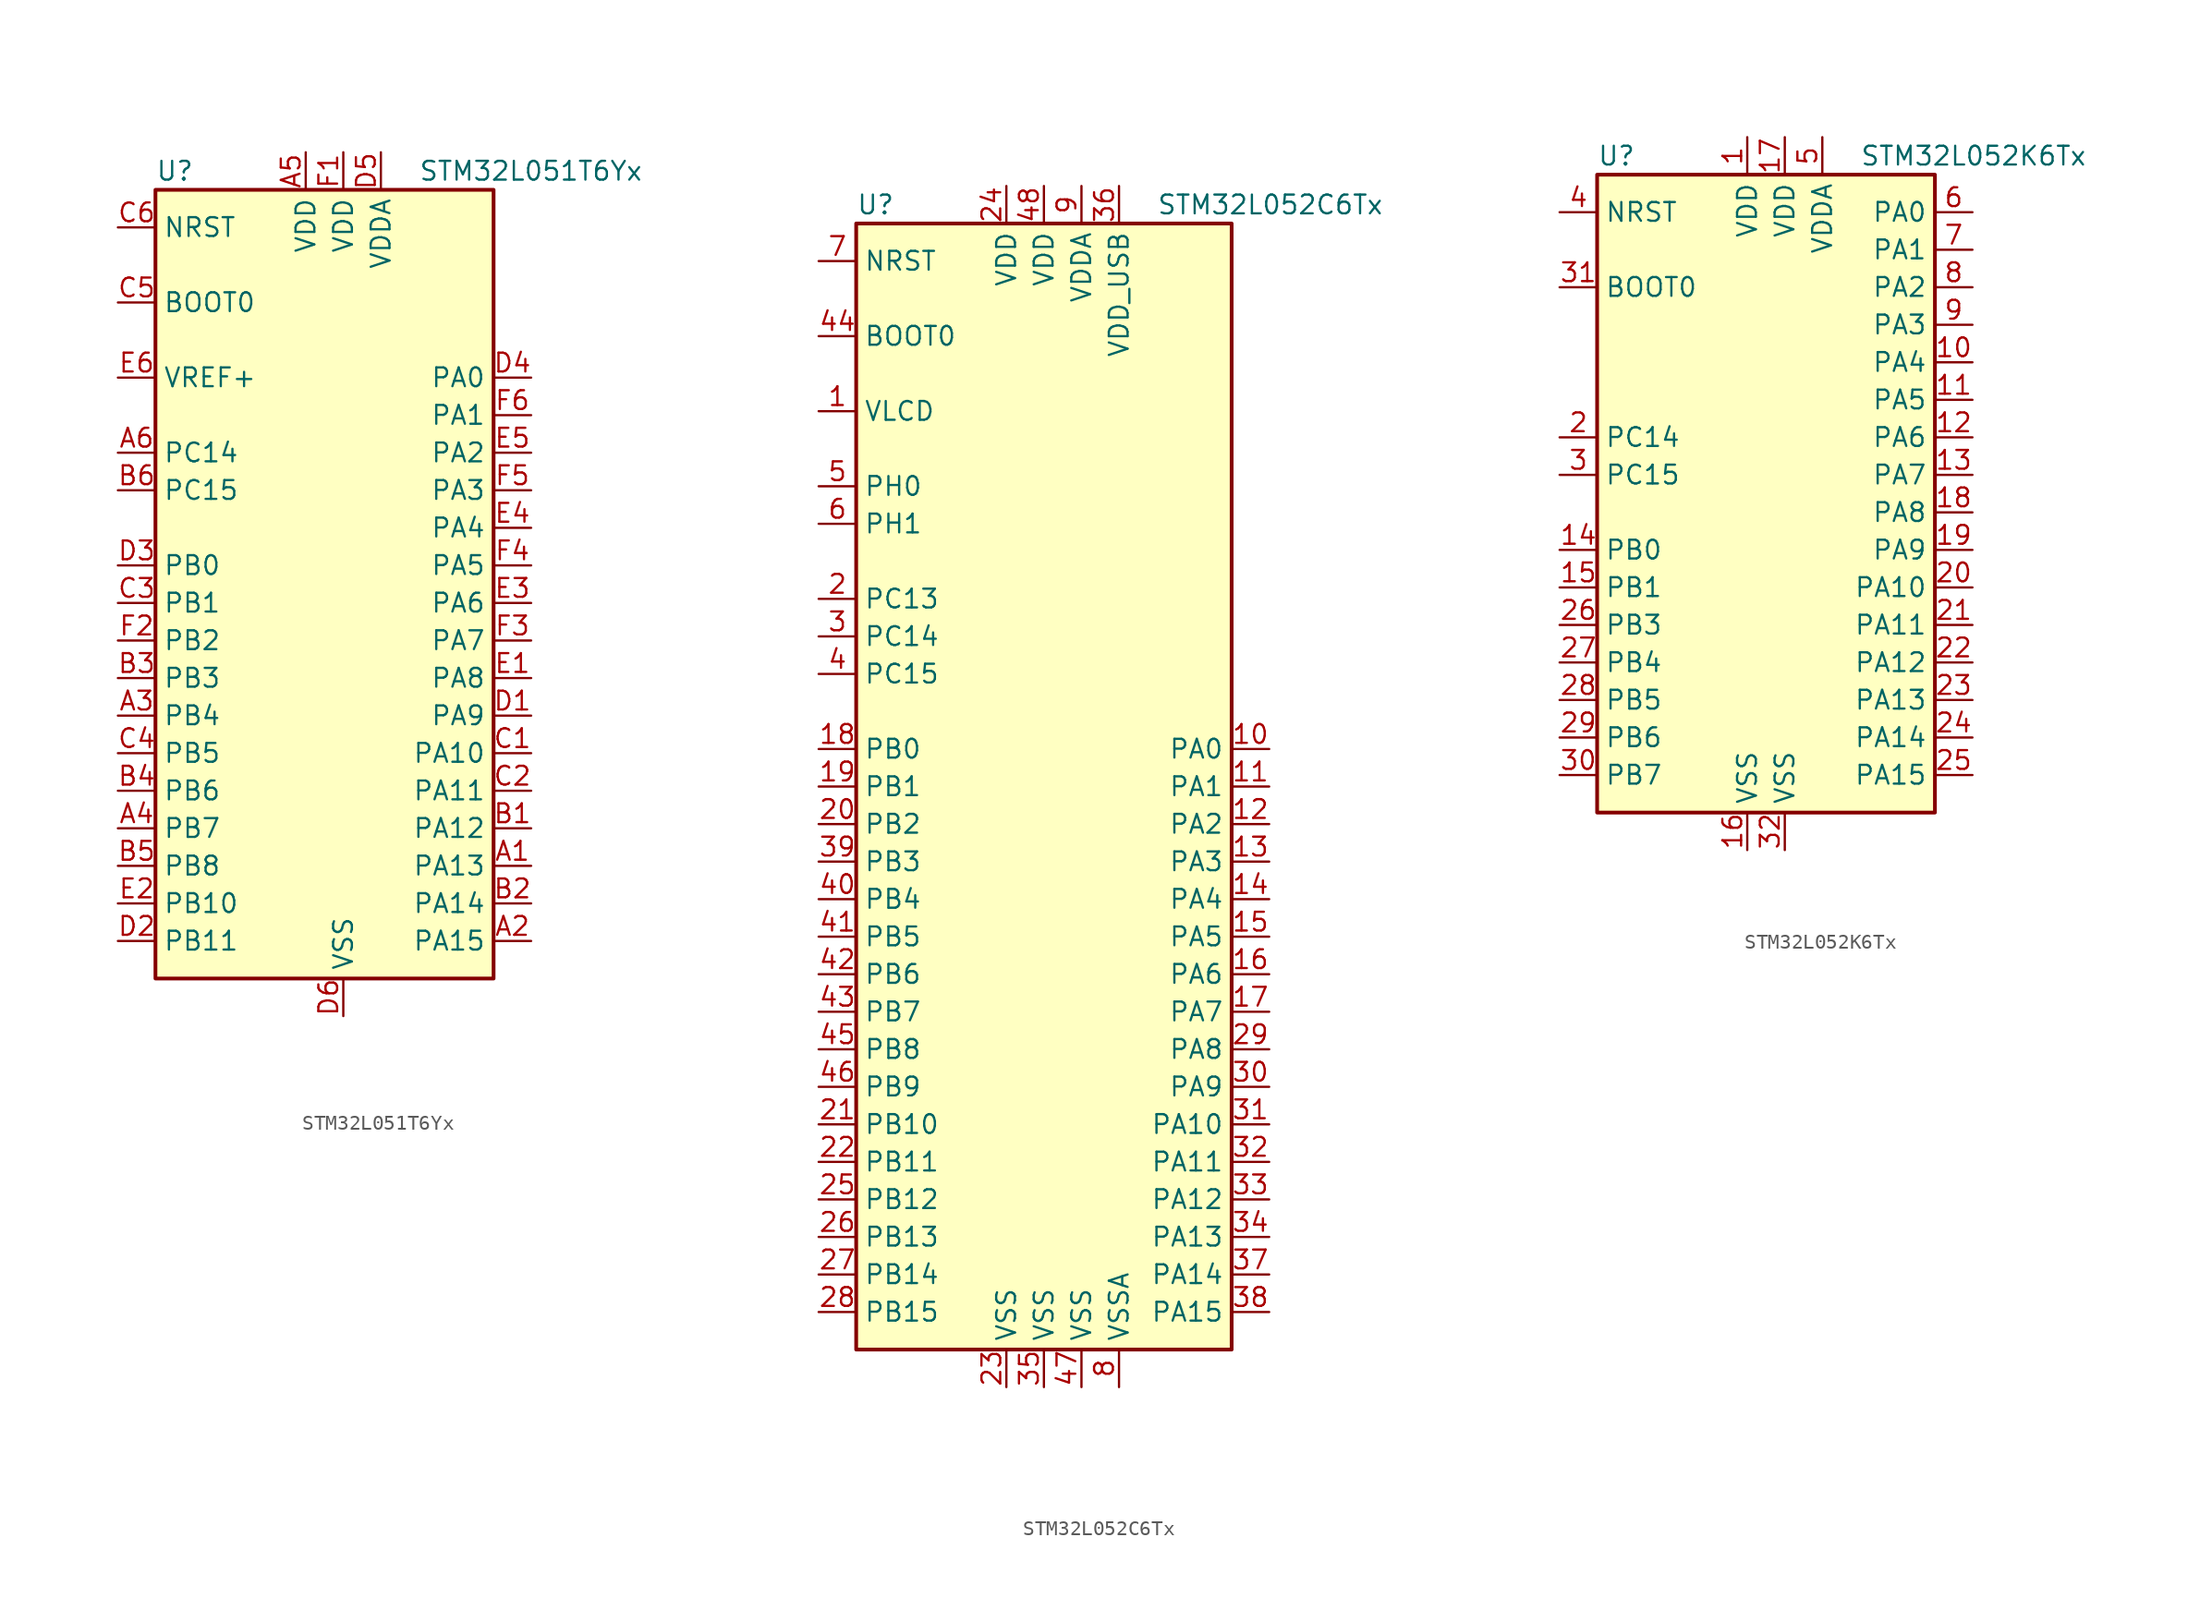
<source format=kicad_sym>
(kicad_symbol_lib
  (version 20201005)
  (generator kicad_symbol_editor)
  (symbol "STM32L051T6Yx"
    (property "Reference" "U"
      (at -12.7 26.67 0)
      (effects (font (size 1.27 1.27)) (justify left)))
    (property "Value" "STM32L051T6Yx"
      (at 5.08 26.67 0)
      (effects (font (size 1.27 1.27)) (justify left)))
    (symbol "STM32L051T6Yx_0_1"
      (rectangle (start -12.7 -27.94) (end 10.16 25.4) (stroke (width 0.254)) (fill (type background))))
    (symbol "STM32L051T6Yx_1_1"
      (pin input line (at -15.24 17.78 0) (length 2.54) (name "BOOT0" (effects (font (size 1.27 1.27)))) (number "C5" (effects (font (size 1.27 1.27)))))
      (pin input line (at -15.24 22.86 0) (length 2.54) (name "NRST" (effects (font (size 1.27 1.27)))) (number "C6" (effects (font (size 1.27 1.27)))))
      (pin bidirectional line (at 12.7 12.7 180) (length 2.54) (name "PA0" (effects (font (size 1.27 1.27)))) (number "D4" (effects (font (size 1.27 1.27)))))
      (pin bidirectional line (at 12.7 10.16 180) (length 2.54) (name "PA1" (effects (font (size 1.27 1.27)))) (number "F6" (effects (font (size 1.27 1.27)))))
      (pin bidirectional line (at 12.7 -12.7 180) (length 2.54) (name "PA10" (effects (font (size 1.27 1.27)))) (number "C1" (effects (font (size 1.27 1.27)))))
      (pin bidirectional line (at 12.7 -15.24 180) (length 2.54) (name "PA11" (effects (font (size 1.27 1.27)))) (number "C2" (effects (font (size 1.27 1.27)))))
      (pin bidirectional line (at 12.7 -17.78 180) (length 2.54) (name "PA12" (effects (font (size 1.27 1.27)))) (number "B1" (effects (font (size 1.27 1.27)))))
      (pin bidirectional line (at 12.7 -20.32 180) (length 2.54) (name "PA13" (effects (font (size 1.27 1.27)))) (number "A1" (effects (font (size 1.27 1.27)))))
      (pin bidirectional line (at 12.7 -22.86 180) (length 2.54) (name "PA14" (effects (font (size 1.27 1.27)))) (number "B2" (effects (font (size 1.27 1.27)))))
      (pin bidirectional line (at 12.7 -25.4 180) (length 2.54) (name "PA15" (effects (font (size 1.27 1.27)))) (number "A2" (effects (font (size 1.27 1.27)))))
      (pin bidirectional line (at 12.7 7.62 180) (length 2.54) (name "PA2" (effects (font (size 1.27 1.27)))) (number "E5" (effects (font (size 1.27 1.27)))))
      (pin bidirectional line (at 12.7 5.08 180) (length 2.54) (name "PA3" (effects (font (size 1.27 1.27)))) (number "F5" (effects (font (size 1.27 1.27)))))
      (pin bidirectional line (at 12.7 2.54 180) (length 2.54) (name "PA4" (effects (font (size 1.27 1.27)))) (number "E4" (effects (font (size 1.27 1.27)))))
      (pin bidirectional line (at 12.7 0 180) (length 2.54) (name "PA5" (effects (font (size 1.27 1.27)))) (number "F4" (effects (font (size 1.27 1.27)))))
      (pin bidirectional line (at 12.7 -2.54 180) (length 2.54) (name "PA6" (effects (font (size 1.27 1.27)))) (number "E3" (effects (font (size 1.27 1.27)))))
      (pin bidirectional line (at 12.7 -5.08 180) (length 2.54) (name "PA7" (effects (font (size 1.27 1.27)))) (number "F3" (effects (font (size 1.27 1.27)))))
      (pin bidirectional line (at 12.7 -7.62 180) (length 2.54) (name "PA8" (effects (font (size 1.27 1.27)))) (number "E1" (effects (font (size 1.27 1.27)))))
      (pin bidirectional line (at 12.7 -10.16 180) (length 2.54) (name "PA9" (effects (font (size 1.27 1.27)))) (number "D1" (effects (font (size 1.27 1.27)))))
      (pin bidirectional line (at -15.24 0 0) (length 2.54) (name "PB0" (effects (font (size 1.27 1.27)))) (number "D3" (effects (font (size 1.27 1.27)))))
      (pin bidirectional line (at -15.24 -2.54 0) (length 2.54) (name "PB1" (effects (font (size 1.27 1.27)))) (number "C3" (effects (font (size 1.27 1.27)))))
      (pin bidirectional line (at -15.24 -22.86 0) (length 2.54) (name "PB10" (effects (font (size 1.27 1.27)))) (number "E2" (effects (font (size 1.27 1.27)))))
      (pin bidirectional line (at -15.24 -25.4 0) (length 2.54) (name "PB11" (effects (font (size 1.27 1.27)))) (number "D2" (effects (font (size 1.27 1.27)))))
      (pin bidirectional line (at -15.24 -5.08 0) (length 2.54) (name "PB2" (effects (font (size 1.27 1.27)))) (number "F2" (effects (font (size 1.27 1.27)))))
      (pin bidirectional line (at -15.24 -7.62 0) (length 2.54) (name "PB3" (effects (font (size 1.27 1.27)))) (number "B3" (effects (font (size 1.27 1.27)))))
      (pin bidirectional line (at -15.24 -10.16 0) (length 2.54) (name "PB4" (effects (font (size 1.27 1.27)))) (number "A3" (effects (font (size 1.27 1.27)))))
      (pin bidirectional line (at -15.24 -12.7 0) (length 2.54) (name "PB5" (effects (font (size 1.27 1.27)))) (number "C4" (effects (font (size 1.27 1.27)))))
      (pin bidirectional line (at -15.24 -15.24 0) (length 2.54) (name "PB6" (effects (font (size 1.27 1.27)))) (number "B4" (effects (font (size 1.27 1.27)))))
      (pin bidirectional line (at -15.24 -17.78 0) (length 2.54) (name "PB7" (effects (font (size 1.27 1.27)))) (number "A4" (effects (font (size 1.27 1.27)))))
      (pin bidirectional line (at -15.24 -20.32 0) (length 2.54) (name "PB8" (effects (font (size 1.27 1.27)))) (number "B5" (effects (font (size 1.27 1.27)))))
      (pin bidirectional line (at -15.24 7.62 0) (length 2.54) (name "PC14" (effects (font (size 1.27 1.27)))) (number "A6" (effects (font (size 1.27 1.27)))))
      (pin bidirectional line (at -15.24 5.08 0) (length 2.54) (name "PC15" (effects (font (size 1.27 1.27)))) (number "B6" (effects (font (size 1.27 1.27)))))
      (pin power_in line (at -2.54 27.94 270) (length 2.54) (name "VDD" (effects (font (size 1.27 1.27)))) (number "A5" (effects (font (size 1.27 1.27)))))
      (pin power_in line (at 0 27.94 270) (length 2.54) (name "VDD" (effects (font (size 1.27 1.27)))) (number "F1" (effects (font (size 1.27 1.27)))))
      (pin power_in line (at 2.54 27.94 270) (length 2.54) (name "VDDA" (effects (font (size 1.27 1.27)))) (number "D5" (effects (font (size 1.27 1.27)))))
      (pin power_in line (at -15.24 12.7 0) (length 2.54) (name "VREF+" (effects (font (size 1.27 1.27)))) (number "E6" (effects (font (size 1.27 1.27)))))
      (pin power_in line (at 0 -30.48 90) (length 2.54) (name "VSS" (effects (font (size 1.27 1.27)))) (number "D6" (effects (font (size 1.27 1.27)))))))
  (symbol "STM32L052C6Tx"
    (property "Reference" "U"
      (at -12.7 39.37 0)
      (effects (font (size 1.27 1.27)) (justify left)))
    (property "Value" "STM32L052C6Tx"
      (at 7.62 39.37 0)
      (effects (font (size 1.27 1.27)) (justify left)))
    (symbol "STM32L052C6Tx_0_1"
      (rectangle (start -12.7 -38.1) (end 12.7 38.1) (stroke (width 0.254)) (fill (type background))))
    (symbol "STM32L052C6Tx_1_1"
      (pin input line (at -15.24 30.48 0) (length 2.54) (name "BOOT0" (effects (font (size 1.27 1.27)))) (number "44" (effects (font (size 1.27 1.27)))))
      (pin input line (at -15.24 35.56 0) (length 2.54) (name "NRST" (effects (font (size 1.27 1.27)))) (number "7" (effects (font (size 1.27 1.27)))))
      (pin bidirectional line (at 15.24 2.54 180) (length 2.54) (name "PA0" (effects (font (size 1.27 1.27)))) (number "10" (effects (font (size 1.27 1.27)))))
      (pin bidirectional line (at 15.24 0 180) (length 2.54) (name "PA1" (effects (font (size 1.27 1.27)))) (number "11" (effects (font (size 1.27 1.27)))))
      (pin bidirectional line (at 15.24 -22.86 180) (length 2.54) (name "PA10" (effects (font (size 1.27 1.27)))) (number "31" (effects (font (size 1.27 1.27)))))
      (pin bidirectional line (at 15.24 -25.4 180) (length 2.54) (name "PA11" (effects (font (size 1.27 1.27)))) (number "32" (effects (font (size 1.27 1.27)))))
      (pin bidirectional line (at 15.24 -27.94 180) (length 2.54) (name "PA12" (effects (font (size 1.27 1.27)))) (number "33" (effects (font (size 1.27 1.27)))))
      (pin bidirectional line (at 15.24 -30.48 180) (length 2.54) (name "PA13" (effects (font (size 1.27 1.27)))) (number "34" (effects (font (size 1.27 1.27)))))
      (pin bidirectional line (at 15.24 -33.02 180) (length 2.54) (name "PA14" (effects (font (size 1.27 1.27)))) (number "37" (effects (font (size 1.27 1.27)))))
      (pin bidirectional line (at 15.24 -35.56 180) (length 2.54) (name "PA15" (effects (font (size 1.27 1.27)))) (number "38" (effects (font (size 1.27 1.27)))))
      (pin bidirectional line (at 15.24 -2.54 180) (length 2.54) (name "PA2" (effects (font (size 1.27 1.27)))) (number "12" (effects (font (size 1.27 1.27)))))
      (pin bidirectional line (at 15.24 -5.08 180) (length 2.54) (name "PA3" (effects (font (size 1.27 1.27)))) (number "13" (effects (font (size 1.27 1.27)))))
      (pin bidirectional line (at 15.24 -7.62 180) (length 2.54) (name "PA4" (effects (font (size 1.27 1.27)))) (number "14" (effects (font (size 1.27 1.27)))))
      (pin bidirectional line (at 15.24 -10.16 180) (length 2.54) (name "PA5" (effects (font (size 1.27 1.27)))) (number "15" (effects (font (size 1.27 1.27)))))
      (pin bidirectional line (at 15.24 -12.7 180) (length 2.54) (name "PA6" (effects (font (size 1.27 1.27)))) (number "16" (effects (font (size 1.27 1.27)))))
      (pin bidirectional line (at 15.24 -15.24 180) (length 2.54) (name "PA7" (effects (font (size 1.27 1.27)))) (number "17" (effects (font (size 1.27 1.27)))))
      (pin bidirectional line (at 15.24 -17.78 180) (length 2.54) (name "PA8" (effects (font (size 1.27 1.27)))) (number "29" (effects (font (size 1.27 1.27)))))
      (pin bidirectional line (at 15.24 -20.32 180) (length 2.54) (name "PA9" (effects (font (size 1.27 1.27)))) (number "30" (effects (font (size 1.27 1.27)))))
      (pin bidirectional line (at -15.24 2.54 0) (length 2.54) (name "PB0" (effects (font (size 1.27 1.27)))) (number "18" (effects (font (size 1.27 1.27)))))
      (pin bidirectional line (at -15.24 0 0) (length 2.54) (name "PB1" (effects (font (size 1.27 1.27)))) (number "19" (effects (font (size 1.27 1.27)))))
      (pin bidirectional line (at -15.24 -22.86 0) (length 2.54) (name "PB10" (effects (font (size 1.27 1.27)))) (number "21" (effects (font (size 1.27 1.27)))))
      (pin bidirectional line (at -15.24 -25.4 0) (length 2.54) (name "PB11" (effects (font (size 1.27 1.27)))) (number "22" (effects (font (size 1.27 1.27)))))
      (pin bidirectional line (at -15.24 -27.94 0) (length 2.54) (name "PB12" (effects (font (size 1.27 1.27)))) (number "25" (effects (font (size 1.27 1.27)))))
      (pin bidirectional line (at -15.24 -30.48 0) (length 2.54) (name "PB13" (effects (font (size 1.27 1.27)))) (number "26" (effects (font (size 1.27 1.27)))))
      (pin bidirectional line (at -15.24 -33.02 0) (length 2.54) (name "PB14" (effects (font (size 1.27 1.27)))) (number "27" (effects (font (size 1.27 1.27)))))
      (pin bidirectional line (at -15.24 -35.56 0) (length 2.54) (name "PB15" (effects (font (size 1.27 1.27)))) (number "28" (effects (font (size 1.27 1.27)))))
      (pin bidirectional line (at -15.24 -2.54 0) (length 2.54) (name "PB2" (effects (font (size 1.27 1.27)))) (number "20" (effects (font (size 1.27 1.27)))))
      (pin bidirectional line (at -15.24 -5.08 0) (length 2.54) (name "PB3" (effects (font (size 1.27 1.27)))) (number "39" (effects (font (size 1.27 1.27)))))
      (pin bidirectional line (at -15.24 -7.62 0) (length 2.54) (name "PB4" (effects (font (size 1.27 1.27)))) (number "40" (effects (font (size 1.27 1.27)))))
      (pin bidirectional line (at -15.24 -10.16 0) (length 2.54) (name "PB5" (effects (font (size 1.27 1.27)))) (number "41" (effects (font (size 1.27 1.27)))))
      (pin bidirectional line (at -15.24 -12.7 0) (length 2.54) (name "PB6" (effects (font (size 1.27 1.27)))) (number "42" (effects (font (size 1.27 1.27)))))
      (pin bidirectional line (at -15.24 -15.24 0) (length 2.54) (name "PB7" (effects (font (size 1.27 1.27)))) (number "43" (effects (font (size 1.27 1.27)))))
      (pin bidirectional line (at -15.24 -17.78 0) (length 2.54) (name "PB8" (effects (font (size 1.27 1.27)))) (number "45" (effects (font (size 1.27 1.27)))))
      (pin bidirectional line (at -15.24 -20.32 0) (length 2.54) (name "PB9" (effects (font (size 1.27 1.27)))) (number "46" (effects (font (size 1.27 1.27)))))
      (pin bidirectional line (at -15.24 12.7 0) (length 2.54) (name "PC13" (effects (font (size 1.27 1.27)))) (number "2" (effects (font (size 1.27 1.27)))))
      (pin bidirectional line (at -15.24 10.16 0) (length 2.54) (name "PC14" (effects (font (size 1.27 1.27)))) (number "3" (effects (font (size 1.27 1.27)))))
      (pin bidirectional line (at -15.24 7.62 0) (length 2.54) (name "PC15" (effects (font (size 1.27 1.27)))) (number "4" (effects (font (size 1.27 1.27)))))
      (pin input line (at -15.24 20.32 0) (length 2.54) (name "PH0" (effects (font (size 1.27 1.27)))) (number "5" (effects (font (size 1.27 1.27)))))
      (pin input line (at -15.24 17.78 0) (length 2.54) (name "PH1" (effects (font (size 1.27 1.27)))) (number "6" (effects (font (size 1.27 1.27)))))
      (pin power_in line (at -2.54 40.64 270) (length 2.54) (name "VDD" (effects (font (size 1.27 1.27)))) (number "24" (effects (font (size 1.27 1.27)))))
      (pin power_in line (at 0 40.64 270) (length 2.54) (name "VDD" (effects (font (size 1.27 1.27)))) (number "48" (effects (font (size 1.27 1.27)))))
      (pin power_in line (at 2.54 40.64 270) (length 2.54) (name "VDDA" (effects (font (size 1.27 1.27)))) (number "9" (effects (font (size 1.27 1.27)))))
      (pin power_in line (at 5.08 40.64 270) (length 2.54) (name "VDD_USB" (effects (font (size 1.27 1.27)))) (number "36" (effects (font (size 1.27 1.27)))))
      (pin power_in line (at -15.24 25.4 0) (length 2.54) (name "VLCD" (effects (font (size 1.27 1.27)))) (number "1" (effects (font (size 1.27 1.27)))))
      (pin power_in line (at -2.54 -40.64 90) (length 2.54) (name "VSS" (effects (font (size 1.27 1.27)))) (number "23" (effects (font (size 1.27 1.27)))))
      (pin power_in line (at 0 -40.64 90) (length 2.54) (name "VSS" (effects (font (size 1.27 1.27)))) (number "35" (effects (font (size 1.27 1.27)))))
      (pin power_in line (at 2.54 -40.64 90) (length 2.54) (name "VSS" (effects (font (size 1.27 1.27)))) (number "47" (effects (font (size 1.27 1.27)))))
      (pin power_in line (at 5.08 -40.64 90) (length 2.54) (name "VSSA" (effects (font (size 1.27 1.27)))) (number "8" (effects (font (size 1.27 1.27)))))))
  (symbol "STM32L052K6Tx"
    (property "Reference" "U"
      (at -12.7 21.59 0)
      (effects (font (size 1.27 1.27)) (justify left)))
    (property "Value" "STM32L052K6Tx"
      (at 5.08 21.59 0)
      (effects (font (size 1.27 1.27)) (justify left)))
    (symbol "STM32L052K6Tx_0_1"
      (rectangle (start -12.7 -22.86) (end 10.16 20.32) (stroke (width 0.254)) (fill (type background))))
    (symbol "STM32L052K6Tx_1_1"
      (pin input line (at -15.24 12.7 0) (length 2.54) (name "BOOT0" (effects (font (size 1.27 1.27)))) (number "31" (effects (font (size 1.27 1.27)))))
      (pin input line (at -15.24 17.78 0) (length 2.54) (name "NRST" (effects (font (size 1.27 1.27)))) (number "4" (effects (font (size 1.27 1.27)))))
      (pin bidirectional line (at 12.7 17.78 180) (length 2.54) (name "PA0" (effects (font (size 1.27 1.27)))) (number "6" (effects (font (size 1.27 1.27)))))
      (pin bidirectional line (at 12.7 15.24 180) (length 2.54) (name "PA1" (effects (font (size 1.27 1.27)))) (number "7" (effects (font (size 1.27 1.27)))))
      (pin bidirectional line (at 12.7 -7.62 180) (length 2.54) (name "PA10" (effects (font (size 1.27 1.27)))) (number "20" (effects (font (size 1.27 1.27)))))
      (pin bidirectional line (at 12.7 -10.16 180) (length 2.54) (name "PA11" (effects (font (size 1.27 1.27)))) (number "21" (effects (font (size 1.27 1.27)))))
      (pin bidirectional line (at 12.7 -12.7 180) (length 2.54) (name "PA12" (effects (font (size 1.27 1.27)))) (number "22" (effects (font (size 1.27 1.27)))))
      (pin bidirectional line (at 12.7 -15.24 180) (length 2.54) (name "PA13" (effects (font (size 1.27 1.27)))) (number "23" (effects (font (size 1.27 1.27)))))
      (pin bidirectional line (at 12.7 -17.78 180) (length 2.54) (name "PA14" (effects (font (size 1.27 1.27)))) (number "24" (effects (font (size 1.27 1.27)))))
      (pin bidirectional line (at 12.7 -20.32 180) (length 2.54) (name "PA15" (effects (font (size 1.27 1.27)))) (number "25" (effects (font (size 1.27 1.27)))))
      (pin bidirectional line (at 12.7 12.7 180) (length 2.54) (name "PA2" (effects (font (size 1.27 1.27)))) (number "8" (effects (font (size 1.27 1.27)))))
      (pin bidirectional line (at 12.7 10.16 180) (length 2.54) (name "PA3" (effects (font (size 1.27 1.27)))) (number "9" (effects (font (size 1.27 1.27)))))
      (pin bidirectional line (at 12.7 7.62 180) (length 2.54) (name "PA4" (effects (font (size 1.27 1.27)))) (number "10" (effects (font (size 1.27 1.27)))))
      (pin bidirectional line (at 12.7 5.08 180) (length 2.54) (name "PA5" (effects (font (size 1.27 1.27)))) (number "11" (effects (font (size 1.27 1.27)))))
      (pin bidirectional line (at 12.7 2.54 180) (length 2.54) (name "PA6" (effects (font (size 1.27 1.27)))) (number "12" (effects (font (size 1.27 1.27)))))
      (pin bidirectional line (at 12.7 0 180) (length 2.54) (name "PA7" (effects (font (size 1.27 1.27)))) (number "13" (effects (font (size 1.27 1.27)))))
      (pin bidirectional line (at 12.7 -2.54 180) (length 2.54) (name "PA8" (effects (font (size 1.27 1.27)))) (number "18" (effects (font (size 1.27 1.27)))))
      (pin bidirectional line (at 12.7 -5.08 180) (length 2.54) (name "PA9" (effects (font (size 1.27 1.27)))) (number "19" (effects (font (size 1.27 1.27)))))
      (pin bidirectional line (at -15.24 -5.08 0) (length 2.54) (name "PB0" (effects (font (size 1.27 1.27)))) (number "14" (effects (font (size 1.27 1.27)))))
      (pin bidirectional line (at -15.24 -7.62 0) (length 2.54) (name "PB1" (effects (font (size 1.27 1.27)))) (number "15" (effects (font (size 1.27 1.27)))))
      (pin bidirectional line (at -15.24 -10.16 0) (length 2.54) (name "PB3" (effects (font (size 1.27 1.27)))) (number "26" (effects (font (size 1.27 1.27)))))
      (pin bidirectional line (at -15.24 -12.7 0) (length 2.54) (name "PB4" (effects (font (size 1.27 1.27)))) (number "27" (effects (font (size 1.27 1.27)))))
      (pin bidirectional line (at -15.24 -15.24 0) (length 2.54) (name "PB5" (effects (font (size 1.27 1.27)))) (number "28" (effects (font (size 1.27 1.27)))))
      (pin bidirectional line (at -15.24 -17.78 0) (length 2.54) (name "PB6" (effects (font (size 1.27 1.27)))) (number "29" (effects (font (size 1.27 1.27)))))
      (pin bidirectional line (at -15.24 -20.32 0) (length 2.54) (name "PB7" (effects (font (size 1.27 1.27)))) (number "30" (effects (font (size 1.27 1.27)))))
      (pin bidirectional line (at -15.24 2.54 0) (length 2.54) (name "PC14" (effects (font (size 1.27 1.27)))) (number "2" (effects (font (size 1.27 1.27)))))
      (pin bidirectional line (at -15.24 0 0) (length 2.54) (name "PC15" (effects (font (size 1.27 1.27)))) (number "3" (effects (font (size 1.27 1.27)))))
      (pin power_in line (at -2.54 22.86 270) (length 2.54) (name "VDD" (effects (font (size 1.27 1.27)))) (number "1" (effects (font (size 1.27 1.27)))))
      (pin power_in line (at 0 22.86 270) (length 2.54) (name "VDD" (effects (font (size 1.27 1.27)))) (number "17" (effects (font (size 1.27 1.27)))))
      (pin power_in line (at 2.54 22.86 270) (length 2.54) (name "VDDA" (effects (font (size 1.27 1.27)))) (number "5" (effects (font (size 1.27 1.27)))))
      (pin power_in line (at -2.54 -25.4 90) (length 2.54) (name "VSS" (effects (font (size 1.27 1.27)))) (number "16" (effects (font (size 1.27 1.27)))))
      (pin power_in line (at 0 -25.4 90) (length 2.54) (name "VSS" (effects (font (size 1.27 1.27)))) (number "32" (effects (font (size 1.27 1.27))))))))
</source>
